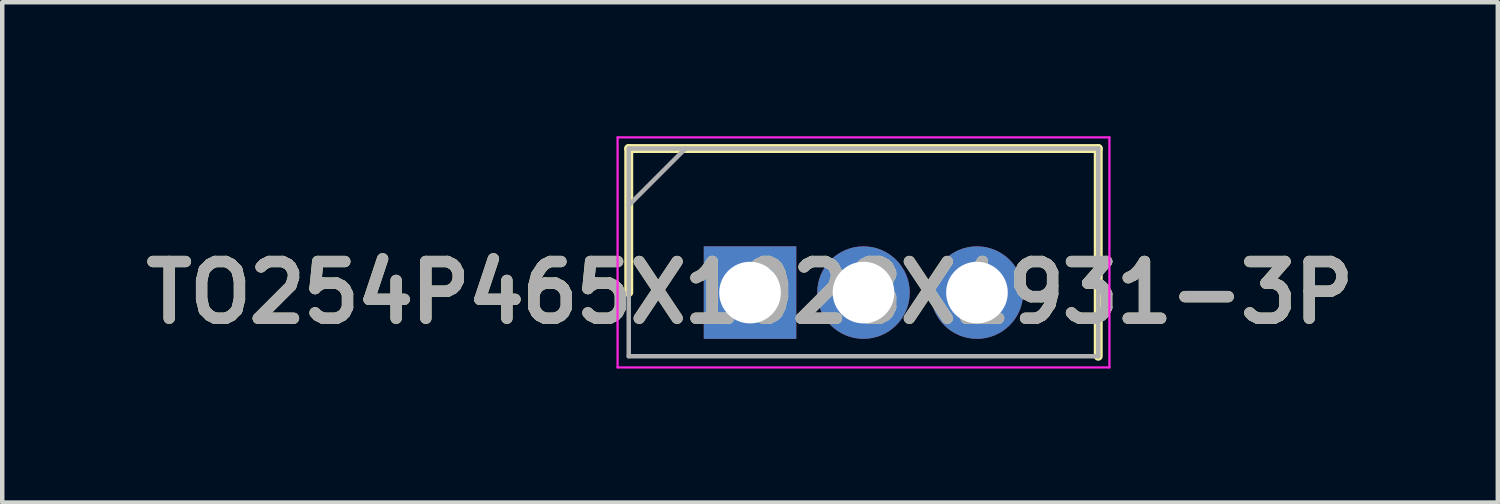
<source format=kicad_pcb>
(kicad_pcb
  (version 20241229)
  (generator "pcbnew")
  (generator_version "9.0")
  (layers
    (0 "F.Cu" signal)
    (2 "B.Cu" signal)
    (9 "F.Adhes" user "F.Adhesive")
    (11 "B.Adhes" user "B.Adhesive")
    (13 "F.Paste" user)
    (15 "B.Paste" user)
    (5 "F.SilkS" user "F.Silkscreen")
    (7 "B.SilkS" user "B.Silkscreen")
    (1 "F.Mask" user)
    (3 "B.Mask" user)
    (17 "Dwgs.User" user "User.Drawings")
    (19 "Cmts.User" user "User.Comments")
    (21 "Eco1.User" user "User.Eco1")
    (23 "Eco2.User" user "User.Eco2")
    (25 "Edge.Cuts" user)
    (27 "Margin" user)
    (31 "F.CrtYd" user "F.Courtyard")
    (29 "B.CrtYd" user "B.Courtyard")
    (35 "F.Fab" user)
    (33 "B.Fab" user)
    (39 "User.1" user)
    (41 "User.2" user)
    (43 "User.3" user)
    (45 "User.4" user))
  (footprint "TO254P465X1028X1931-3P"
    (layer "F.Cu")
    (at 13.74 3.5)
    (property "Reference" "TO254P465X1028X1931-3P" (at 0 0 0) (layer "F.SilkS") (effects (font (size 1.27 1.27) (thickness 0.254))))
    (attr through_hole)
    (fp_line (start -2.715 -3.225) (end -2.715 0) (stroke (width 0.2) (type solid)) (layer "F.SilkS"))
    (fp_line (start 7.795 -3.225) (end -2.715 -3.225) (stroke (width 0.2) (type solid)) (layer "F.SilkS"))
    (fp_line (start 7.795 1.425) (end 7.795 -3.225) (stroke (width 0.2) (type solid)) (layer "F.SilkS"))
    (fp_line (start -2.965 -3.475) (end 8.045 -3.475) (stroke (width 0.05) (type solid)) (layer "F.CrtYd"))
    (fp_line (start -2.965 1.675) (end -2.965 -3.475) (stroke (width 0.05) (type solid)) (layer "F.CrtYd"))
    (fp_line (start 8.045 -3.475) (end 8.045 1.675) (stroke (width 0.05) (type solid)) (layer "F.CrtYd"))
    (fp_line (start 8.045 1.675) (end -2.965 1.675) (stroke (width 0.05) (type solid)) (layer "F.CrtYd"))
    (fp_line (start -2.715 -3.225) (end 7.795 -3.225) (stroke (width 0.1) (type solid)) (layer "F.Fab"))
    (fp_line (start -2.715 -1.955) (end -1.445 -3.225) (stroke (width 0.1) (type solid)) (layer "F.Fab"))
    (fp_line (start -2.715 1.425) (end -2.715 -3.225) (stroke (width 0.1) (type solid)) (layer "F.Fab"))
    (fp_line (start 7.795 -3.225) (end 7.795 1.425) (stroke (width 0.1) (type solid)) (layer "F.Fab"))
    (fp_line (start 7.795 1.425) (end -2.715 1.425) (stroke (width 0.1) (type solid)) (layer "F.Fab"))
    (fp_text user "${REFERENCE}" (at 0 0 0) (layer "F.Fab") (effects (font (size 1.27 1.27) (thickness 0.254))))
    (pad "1" thru_hole rect (at 0 0) (size 2.07 2.07) (drill 1.38) (layers "*.Cu" "*.Mask"))
    (pad "2" thru_hole circle (at 2.54 0) (size 2.07 2.07) (drill 1.38) (layers "*.Cu" "*.Mask"))
    (pad "3" thru_hole circle (at 5.08 0) (size 2.07 2.07) (drill 1.38) (layers "*.Cu" "*.Mask")))
  (gr_rect
    (start -3 -3)
    (end 30.48 8.2)
    (stroke (width 0.1) (type default))
    (fill no)
    (layer "Edge.Cuts")))
</source>
